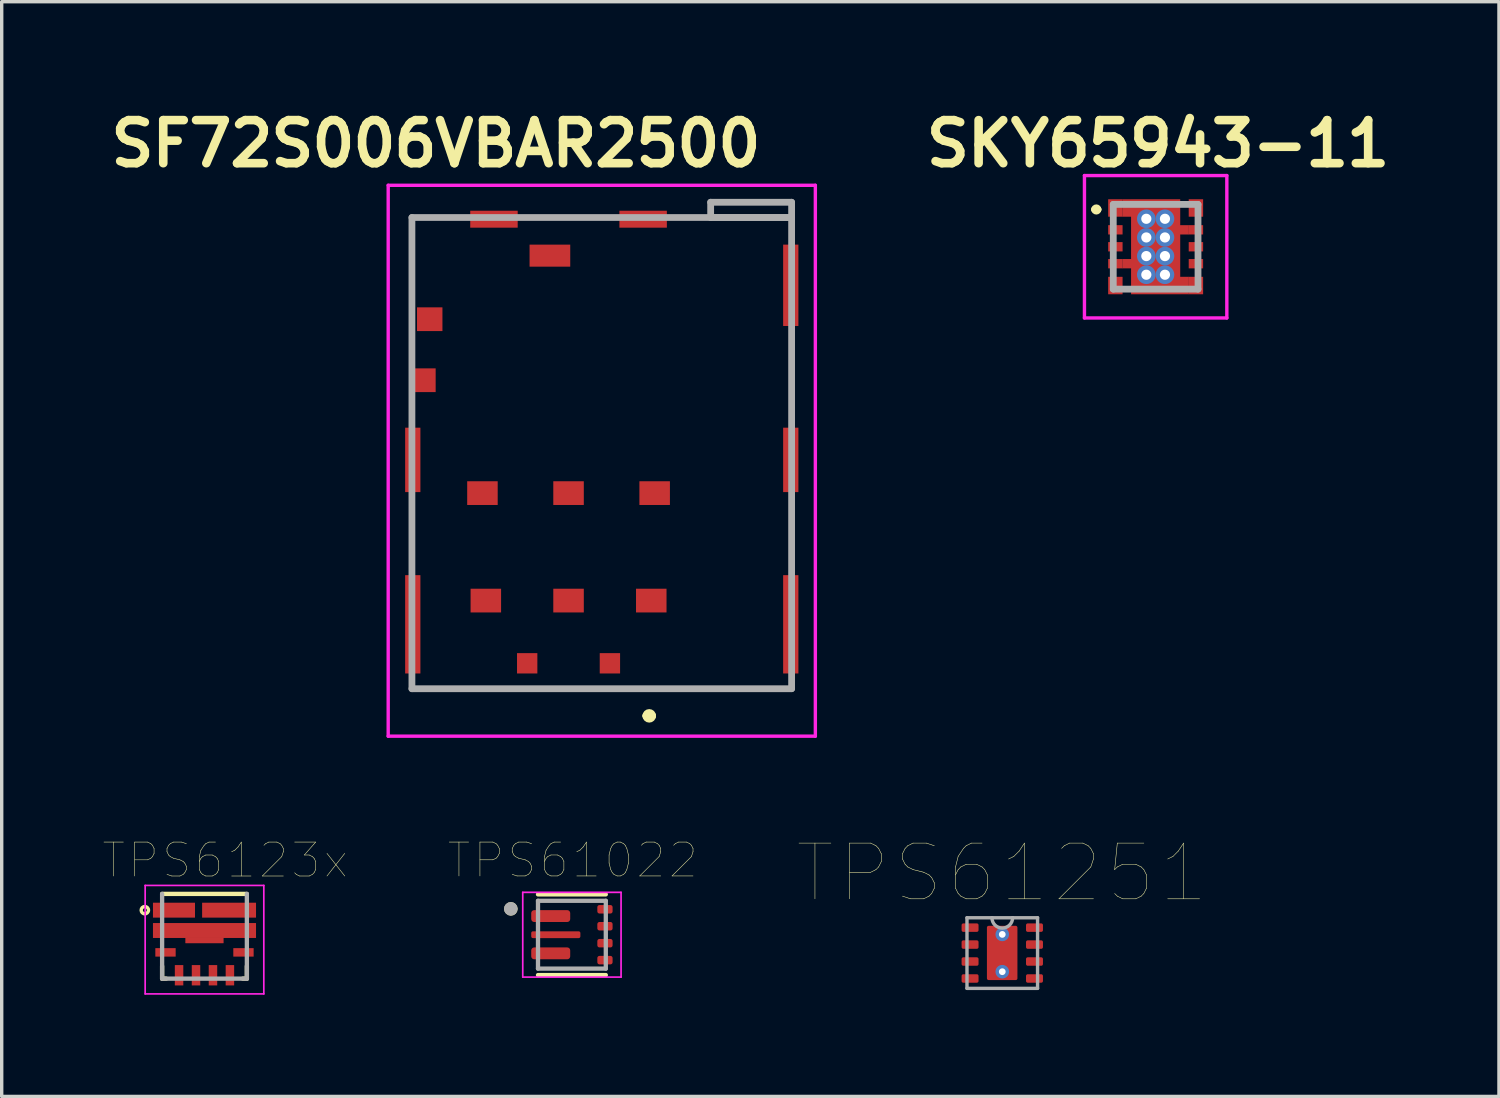
<source format=kicad_pcb>
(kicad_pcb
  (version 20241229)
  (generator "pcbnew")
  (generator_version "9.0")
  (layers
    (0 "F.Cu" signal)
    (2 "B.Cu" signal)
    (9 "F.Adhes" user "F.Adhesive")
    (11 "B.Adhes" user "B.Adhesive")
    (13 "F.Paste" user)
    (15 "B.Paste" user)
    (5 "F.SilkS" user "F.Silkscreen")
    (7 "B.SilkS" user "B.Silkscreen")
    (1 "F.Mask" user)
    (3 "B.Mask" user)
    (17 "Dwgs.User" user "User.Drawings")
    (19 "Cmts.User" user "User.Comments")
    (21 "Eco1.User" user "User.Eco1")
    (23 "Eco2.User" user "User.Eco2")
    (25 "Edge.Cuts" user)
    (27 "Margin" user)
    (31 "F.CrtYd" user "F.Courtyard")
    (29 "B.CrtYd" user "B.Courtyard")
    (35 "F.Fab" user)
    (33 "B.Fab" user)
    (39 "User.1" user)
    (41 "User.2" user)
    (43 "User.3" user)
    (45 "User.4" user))
  (footprint "SKY65943-11"
    (layer "F.Cu")
    (at 31.039 4.229)
    (property "Reference" "SKY65943-11" (at 0.07 -3.04 0) (layer "F.SilkS") (effects (font (size 1.27 1.27) (thickness 0.254))))
    (attr smd)
    (fp_line (start -1.8 -1.1) (end -1.8 -1.1) (stroke (width 0.2) (type solid)) (layer "F.SilkS"))
    (fp_line (start -1.7 -1.1) (end -1.7 -1.1) (stroke (width 0.2) (type solid)) (layer "F.SilkS"))
    (fp_arc (start -1.8 -1.1) (mid -1.75 -1.15) (end -1.7 -1.1) (stroke (width 0.2) (type solid)) (layer "F.SilkS"))
    (fp_arc (start -1.7 -1.1) (mid -1.75 -1.05) (end -1.8 -1.1) (stroke (width 0.2) (type solid)) (layer "F.SilkS"))
    (fp_line (start -2.1 -2.1) (end 2.1 -2.1) (stroke (width 0.1) (type solid)) (layer "F.CrtYd"))
    (fp_line (start -2.1 2.1) (end -2.1 -2.1) (stroke (width 0.1) (type solid)) (layer "F.CrtYd"))
    (fp_line (start 2.1 -2.1) (end 2.1 2.1) (stroke (width 0.1) (type solid)) (layer "F.CrtYd"))
    (fp_line (start 2.1 2.1) (end -2.1 2.1) (stroke (width 0.1) (type solid)) (layer "F.CrtYd"))
    (fp_line (start -1.25 -1.25) (end 1.25 -1.25) (stroke (width 0.2) (type solid)) (layer "F.Fab"))
    (fp_line (start -1.25 1.25) (end -1.25 -1.25) (stroke (width 0.2) (type solid)) (layer "F.Fab"))
    (fp_line (start 1.25 -1.25) (end 1.25 1.25) (stroke (width 0.2) (type solid)) (layer "F.Fab"))
    (fp_line (start 1.25 1.25) (end -1.25 1.25) (stroke (width 0.2) (type solid)) (layer "F.Fab"))
    (pad "" smd rect (at 0 -0.878 90) (size 0.745 1.55) (layers "F.Paste"))
    (pad "" smd rect (at 0 0 90) (size 0.67 1.55) (layers "F.Paste"))
    (pad "" smd rect (at 0 0.00005) (size 1.55 2.52) (layers "F.Mask"))
    (pad "" smd rect (at 0 0.877 90) (size 0.745 1.55) (layers "F.Paste"))
    (pad "1" smd rect (at -1.188 -1.144) (size 0.425 0.515) (layers "F.Cu" "F.Mask" "F.Paste"))
    (pad "2" smd rect (at -1.188 -0.5 90) (size 0.275 0.425) (layers "F.Cu" "F.Mask" "F.Paste"))
    (pad "3" smd rect (at -1.188 0 90) (size 0.275 0.425) (layers "F.Cu" "F.Mask" "F.Paste"))
    (pad "4" smd rect (at -1.188 0.5 90) (size 0.275 0.425) (layers "F.Cu" "F.Mask" "F.Paste"))
    (pad "5" smd rect (at -1.188 1.144) (size 0.425 0.515) (layers "F.Cu" "F.Mask" "F.Paste"))
    (pad "6" smd rect (at 1.188 1.144) (size 0.425 0.515) (layers "F.Cu" "F.Mask" "F.Paste"))
    (pad "7" smd rect (at 1.188 0.5 90) (size 0.275 0.425) (layers "F.Cu" "F.Mask" "F.Paste"))
    (pad "8" smd rect (at 1.188 0 90) (size 0.275 0.425) (layers "F.Cu" "F.Mask" "F.Paste"))
    (pad "9" smd rect (at 1.188 -0.5 90) (size 0.275 0.425) (layers "F.Cu" "F.Mask" "F.Paste"))
    (pad "10" smd rect (at 1.188 -1.144) (size 0.425 0.515) (layers "F.Cu" "F.Mask" "F.Paste"))
    (pad "11" thru_hole circle (at -0.275 -0.825) (size 0.55 0.55) (drill 0.3) (layers "*.Cu"))
    (pad "11" thru_hole circle (at -0.275 -0.275) (size 0.55 0.55) (drill 0.3) (layers "*.Cu"))
    (pad "11" thru_hole circle (at -0.275 0.275) (size 0.55 0.55) (drill 0.3) (layers "*.Cu"))
    (pad "11" thru_hole circle (at -0.275 0.825) (size 0.55 0.55) (drill 0.3) (layers "*.Cu"))
    (pad "11" smd custom (at 0 0.00005) (size 1.45 2.803) (layers "F.Cu") (options (anchor rect)) (primitives (gr_poly (pts (xy -0.725 -1.401) (xy -0.98 -1.401) (xy -0.98 -0.886) (xy -0.725 -0.886)) (width 0) (fill yes)) (gr_poly (pts (xy -0.725 0.362) (xy -0.98 0.362) (xy -0.98 0.637) (xy -0.725 0.637)) (width 0) (fill yes)) (gr_poly (pts (xy 0.725 1.401) (xy 0.98 1.401) (xy 0.98 0.886) (xy 0.725 0.886)) (width 0) (fill yes)) (gr_poly (pts (xy 0.725 -0.362) (xy 0.98 -0.362) (xy 0.98 -0.637) (xy 0.725 -0.637)) (width 0) (fill yes))))
    (pad "11" thru_hole circle (at 0.275 -0.825) (size 0.55 0.55) (drill 0.3) (layers "*.Cu"))
    (pad "11" thru_hole circle (at 0.275 -0.275) (size 0.55 0.55) (drill 0.3) (layers "*.Cu"))
    (pad "11" thru_hole circle (at 0.275 0.275) (size 0.55 0.55) (drill 0.3) (layers "*.Cu"))
    (pad "11" thru_hole circle (at 0.275 0.825) (size 0.55 0.55) (drill 0.3) (layers "*.Cu")))
  (footprint "TPS61022"
    (layer "F.Cu")
    (at 13.82 24.522)
    (property "Reference" "TPS61022" (at 0.025 -2.195 0) (layer "F.SilkS") (effects (font (size 1 1) (thickness 0.015))))
    (attr smd)
    (fp_line (start -1 -1.19) (end 1 -1.19) (stroke (width 0.127) (type solid)) (layer "F.SilkS"))
    (fp_line (start -1 1.19) (end 1 1.19) (stroke (width 0.127) (type solid)) (layer "F.SilkS"))
    (fp_circle (center -1.8 -0.762) (end -1.7 -0.762) (stroke (width 0.2) (type solid)) (fill no) (layer "F.SilkS"))
    (fp_line (start -1.45 -1.25) (end -1.45 1.25) (stroke (width 0.05) (type solid)) (layer "F.CrtYd"))
    (fp_line (start -1.45 1.25) (end 1.45 1.25) (stroke (width 0.05) (type solid)) (layer "F.CrtYd"))
    (fp_line (start 1.45 -1.25) (end -1.45 -1.25) (stroke (width 0.05) (type solid)) (layer "F.CrtYd"))
    (fp_line (start 1.45 1.25) (end 1.45 -1.25) (stroke (width 0.05) (type solid)) (layer "F.CrtYd"))
    (fp_line (start -1 -1) (end -1 1) (stroke (width 0.127) (type solid)) (layer "F.Fab"))
    (fp_line (start -1 1) (end 1 1) (stroke (width 0.127) (type solid)) (layer "F.Fab"))
    (fp_line (start 1 -1) (end -1 -1) (stroke (width 0.127) (type solid)) (layer "F.Fab"))
    (fp_line (start 1 1) (end 1 -1) (stroke (width 0.127) (type solid)) (layer "F.Fab"))
    (fp_circle (center -1.803 -0.763) (end -1.703 -0.763) (stroke (width 0.2) (type solid)) (fill no) (layer "F.Fab"))
    (pad "" smd roundrect (at -0.96 -0.55) (size 0.475 0.35) (layers "F.Paste") (roundrect_rratio 0.25))
    (pad "" smd roundrect (at -0.96 0.55) (size 0.475 0.35) (layers "F.Paste") (roundrect_rratio 0.25))
    (pad "" smd roundrect (at -0.887 0) (size 0.625 0.2) (layers "F.Paste") (roundrect_rratio 0.25))
    (pad "" smd roundrect (at -0.29 -0.55) (size 0.475 0.35) (layers "F.Paste") (roundrect_rratio 0.25))
    (pad "" smd roundrect (at -0.29 0.55) (size 0.475 0.35) (layers "F.Paste") (roundrect_rratio 0.25))
    (pad "" smd roundrect (at -0.062 0) (size 0.625 0.2) (layers "F.Paste") (roundrect_rratio 0.25))
    (pad "1" smd roundrect (at -0.625 -0.55) (size 1.15 0.35) (layers "F.Cu" "F.Mask") (roundrect_rratio 0.25))
    (pad "2" smd roundrect (at -0.475 0) (size 1.45 0.2) (layers "F.Cu" "F.Mask") (roundrect_rratio 0.25))
    (pad "3" smd roundrect (at -0.625 0.55) (size 1.15 0.35) (layers "F.Cu" "F.Mask") (roundrect_rratio 0.25))
    (pad "4" smd roundrect (at 0.975 0.75) (size 0.45 0.25) (layers "F.Cu" "F.Mask" "F.Paste") (roundrect_rratio 0.25))
    (pad "5" smd roundrect (at 0.975 0.25) (size 0.45 0.25) (layers "F.Cu" "F.Mask" "F.Paste") (roundrect_rratio 0.25))
    (pad "6" smd roundrect (at 0.975 -0.25) (size 0.45 0.25) (layers "F.Cu" "F.Mask" "F.Paste") (roundrect_rratio 0.25))
    (pad "7" smd roundrect (at 0.975 -0.75) (size 0.45 0.25) (layers "F.Cu" "F.Mask" "F.Paste") (roundrect_rratio 0.25)))
  (footprint "TPS6123x"
    (layer "F.Cu")
    (at 2.982 24.568)
    (property "Reference" "TPS6123x" (at 0.61 -2.24 0) (layer "F.SilkS") (effects (font (size 1.001 1.001) (thickness 0.015))))
    (attr smd)
    (fp_poly (pts (xy -0.559 0.04) (xy 0.557 0.04) (xy 0.557 0.2) (xy -0.559 0.2)) (stroke (width 0.01) (type solid)) (fill yes) (layer "F.Cu"))
    (fp_poly (pts (xy -1.451 -0.32) (xy 1.45 -0.32) (xy 1.45 -0.02) (xy -1.451 -0.02)) (stroke (width 0.01) (type solid)) (fill yes) (layer "F.Mask"))
    (fp_poly (pts (xy -1.45 -0.92) (xy -0.35 -0.92) (xy -0.35 -0.62) (xy -1.45 -0.62)) (stroke (width 0.01) (type solid)) (fill yes) (layer "F.Mask"))
    (fp_poly (pts (xy -0.488 -0.02) (xy 0.487 -0.02) (xy 0.487 0.13) (xy -0.488 0.13)) (stroke (width 0.01) (type solid)) (fill yes) (layer "F.Mask"))
    (fp_poly (pts (xy 0 -0.92) (xy 1.45 -0.92) (xy 1.45 -0.621) (xy 0 -0.621)) (stroke (width 0.01) (type solid)) (fill yes) (layer "F.Mask"))
    (fp_line (start -1.25 -1.25) (end 1.25 -1.25) (stroke (width 0.127) (type solid)) (layer "F.SilkS"))
    (fp_line (start -1.25 1.25) (end -1.25 0.88) (stroke (width 0.127) (type solid)) (layer "F.SilkS"))
    (fp_line (start -1.13 1.25) (end -1.25 1.25) (stroke (width 0.127) (type solid)) (layer "F.SilkS"))
    (fp_line (start 1.25 0.88) (end 1.25 1.25) (stroke (width 0.127) (type solid)) (layer "F.SilkS"))
    (fp_line (start 1.25 1.25) (end 1.13 1.25) (stroke (width 0.127) (type solid)) (layer "F.SilkS"))
    (fp_circle (center -1.76 -0.77) (end -1.652 -0.77) (stroke (width 0.1) (type solid)) (fill no) (layer "F.SilkS"))
    (fp_poly (pts (xy -1.452 -0.32) (xy -0.71 -0.32) (xy -0.71 -0.02) (xy -1.452 -0.02)) (stroke (width 0.01) (type solid)) (fill yes) (layer "F.Paste"))
    (fp_poly (pts (xy -1.45 -0.92) (xy -0.5 -0.92) (xy -0.5 -0.62) (xy -1.45 -0.62)) (stroke (width 0.01) (type solid)) (fill yes) (layer "F.Paste"))
    (fp_poly (pts (xy -0.491 -0.32) (xy 0.49 -0.32) (xy 0.49 0.13) (xy -0.491 0.13)) (stroke (width 0.01) (type solid)) (fill yes) (layer "F.Paste"))
    (fp_poly (pts (xy 0 -0.92) (xy 0.65 -0.92) (xy 0.65 -0.62) (xy 0 -0.62)) (stroke (width 0.01) (type solid)) (fill yes) (layer "F.Paste"))
    (fp_poly (pts (xy 0.711 -0.32) (xy 1.45 -0.32) (xy 1.45 -0.02) (xy 0.711 -0.02)) (stroke (width 0.01) (type solid)) (fill yes) (layer "F.Paste"))
    (fp_poly (pts (xy 0.851 -0.92) (xy 1.45 -0.92) (xy 1.45 -0.621) (xy 0.851 -0.621)) (stroke (width 0.01) (type solid)) (fill yes) (layer "F.Paste"))
    (fp_line (start -1.75 -1.5) (end 1.75 -1.5) (stroke (width 0.05) (type solid)) (layer "F.CrtYd"))
    (fp_line (start -1.75 1.7) (end -1.75 -1.5) (stroke (width 0.05) (type solid)) (layer "F.CrtYd"))
    (fp_line (start 1.75 -1.5) (end 1.75 1.7) (stroke (width 0.05) (type solid)) (layer "F.CrtYd"))
    (fp_line (start 1.75 1.7) (end -1.75 1.7) (stroke (width 0.05) (type solid)) (layer "F.CrtYd"))
    (fp_line (start -1.25 1.25) (end -1.25 -1.25) (stroke (width 0.127) (type solid)) (layer "F.Fab"))
    (fp_line (start 1.25 -1.25) (end 1.25 1.25) (stroke (width 0.127) (type solid)) (layer "F.Fab"))
    (fp_line (start 1.25 1.25) (end -1.25 1.25) (stroke (width 0.127) (type solid)) (layer "F.Fab"))
    (pad "1" smd rect (at -0.9 -0.77) (size 1.24 0.44) (layers "F.Cu"))
    (pad "2" smd rect (at 0 -0.17) (size 3.04 0.44) (layers "F.Cu"))
    (pad "3" smd rect (at -1.15 0.475) (size 0.6 0.25) (layers "F.Cu" "F.Mask" "F.Paste"))
    (pad "4" smd rect (at -0.75 1.15) (size 0.25 0.6) (layers "F.Cu" "F.Mask" "F.Paste"))
    (pad "5" smd rect (at -0.25 1.15) (size 0.25 0.6) (layers "F.Cu" "F.Mask" "F.Paste"))
    (pad "6" smd rect (at 0.25 1.15) (size 0.25 0.6) (layers "F.Cu" "F.Mask" "F.Paste"))
    (pad "7" smd rect (at 0.75 1.15) (size 0.25 0.6) (layers "F.Cu" "F.Mask" "F.Paste"))
    (pad "8" smd rect (at 1.15 0.475) (size 0.6 0.25) (layers "F.Cu" "F.Mask" "F.Paste"))
    (pad "9" smd rect (at 0.725 -0.77) (size 1.59 0.44) (layers "F.Cu")))
  (footprint "TPS61251"
    (layer "F.Cu")
    (at 26.515 25.063)
    (property "Reference" "TPS61251" (at -0.01 -2.36 0) (layer "F.SilkS") (effects (font (size 1.643 1.643) (thickness 0.015))))
    (attr smd)
    (fp_line (start -1.041 -1.041) (end -1.041 1.041) (stroke (width 0.1) (type solid)) (layer "F.Fab"))
    (fp_line (start -1.041 1.041) (end 1.041 1.041) (stroke (width 0.1) (type solid)) (layer "F.Fab"))
    (fp_line (start -0.305 -1.041) (end -1.041 -1.041) (stroke (width 0.1) (type solid)) (layer "F.Fab"))
    (fp_line (start 0.305 -1.041) (end -0.305 -1.041) (stroke (width 0.1) (type solid)) (layer "F.Fab"))
    (fp_line (start 1.041 -1.041) (end 0.305 -1.041) (stroke (width 0.1) (type solid)) (layer "F.Fab"))
    (fp_line (start 1.041 1.041) (end 1.041 -1.041) (stroke (width 0.1) (type solid)) (layer "F.Fab"))
    (fp_arc (start 0.3048 -1.0414) (mid 0 -0.7366) (end -0.3048 -1.0414) (stroke (width 0.1) (type solid)) (layer "F.Fab"))
    (pad "" smd roundrect (at 0 -0.45) (size 0.9 0.7) (layers "F.Paste") (roundrect_rratio 0.056))
    (pad "" smd roundrect (at 0 0.45) (size 0.9 0.7) (layers "F.Paste") (roundrect_rratio 0.056))
    (pad "1" smd roundrect (at -0.95 -0.75) (size 0.5 0.25) (layers "F.Cu" "F.Mask" "F.Paste") (roundrect_rratio 0.2))
    (pad "1" smd roundrect (at -0.003 -0.003) (size 0.9 1.6) (layers "F.Cu" "F.Mask") (roundrect_rratio 0.056))
    (pad "1" thru_hole circle (at 0 -0.55) (size 0.4 0.4) (drill 0.2) (layers "*.Cu"))
    (pad "1" thru_hole circle (at 0 0.55) (size 0.4 0.4) (drill 0.2) (layers "*.Cu"))
    (pad "2" smd roundrect (at -0.95 -0.25) (size 0.5 0.25) (layers "F.Cu" "F.Mask" "F.Paste") (roundrect_rratio 0.2))
    (pad "3" smd roundrect (at -0.95 0.25) (size 0.5 0.25) (layers "F.Cu" "F.Mask" "F.Paste") (roundrect_rratio 0.2))
    (pad "4" smd roundrect (at -0.95 0.75) (size 0.5 0.25) (layers "F.Cu" "F.Mask" "F.Paste") (roundrect_rratio 0.2))
    (pad "5" smd roundrect (at 0.95 0.75) (size 0.5 0.25) (layers "F.Cu" "F.Mask" "F.Paste") (roundrect_rratio 0.2))
    (pad "6" smd roundrect (at 0.95 0.25) (size 0.5 0.25) (layers "F.Cu" "F.Mask" "F.Paste") (roundrect_rratio 0.2))
    (pad "7" smd roundrect (at 0.95 -0.25) (size 0.5 0.25) (layers "F.Cu" "F.Mask" "F.Paste") (roundrect_rratio 0.2))
    (pad "8" smd roundrect (at 0.95 -0.75) (size 0.5 0.25) (layers "F.Cu" "F.Mask" "F.Paste") (roundrect_rratio 0.2)))
  (footprint "SF72S006VBAR2500"
    (layer "F.Cu")
    (at 14.701 10.541)
    (property "Reference" "SF72S006VBAR2500" (at -4.892 -9.352 0) (layer "F.SilkS") (effects (font (size 1.27 1.27) (thickness 0.254))))
    (attr smd)
    (fp_line (start -5.6 -7.175) (end -4.4 -7.175) (stroke (width 0.1) (type solid)) (layer "F.SilkS"))
    (fp_line (start -5.6 -5.275) (end -5.6 -7.175) (stroke (width 0.1) (type solid)) (layer "F.SilkS"))
    (fp_line (start -5.6 1.725) (end -5.6 2.725) (stroke (width 0.1) (type solid)) (layer "F.SilkS"))
    (fp_line (start -5.6 6.725) (end 5.575 6.725) (stroke (width 0.1) (type solid)) (layer "F.SilkS"))
    (fp_line (start -1.9 -7.175) (end -0.4 -7.175) (stroke (width 0.1) (type solid)) (layer "F.SilkS"))
    (fp_line (start 1.3 7.525) (end 1.3 7.525) (stroke (width 0.2) (type solid)) (layer "F.SilkS"))
    (fp_line (start 1.5 7.525) (end 1.5 7.525) (stroke (width 0.2) (type solid)) (layer "F.SilkS"))
    (fp_line (start 2.6 -7.175) (end 3.212 -7.175) (stroke (width 0.1) (type solid)) (layer "F.SilkS"))
    (fp_line (start 3.212 -7.625) (end 5.6 -7.625) (stroke (width 0.1) (type solid)) (layer "F.SilkS"))
    (fp_line (start 3.212 -7.175) (end 3.212 -7.625) (stroke (width 0.1) (type solid)) (layer "F.SilkS"))
    (fp_line (start 5.6 -7.625) (end 5.6 -6.775) (stroke (width 0.1) (type solid)) (layer "F.SilkS"))
    (fp_line (start 5.6 -3.275) (end 5.6 -1.775) (stroke (width 0.1) (type solid)) (layer "F.SilkS"))
    (fp_line (start 5.6 1.725) (end 5.6 2.725) (stroke (width 0.1) (type solid)) (layer "F.SilkS"))
    (fp_arc (start 1.3 7.525) (mid 1.4 7.425) (end 1.5 7.525) (stroke (width 0.2) (type solid)) (layer "F.SilkS"))
    (fp_arc (start 1.5 7.525) (mid 1.4 7.625) (end 1.3 7.525) (stroke (width 0.2) (type solid)) (layer "F.SilkS"))
    (fp_line (start -6.3 -8.125) (end 6.3 -8.125) (stroke (width 0.1) (type solid)) (layer "F.CrtYd"))
    (fp_line (start -6.3 8.125) (end -6.3 -8.125) (stroke (width 0.1) (type solid)) (layer "F.CrtYd"))
    (fp_line (start 6.3 -8.125) (end 6.3 8.125) (stroke (width 0.1) (type solid)) (layer "F.CrtYd"))
    (fp_line (start 6.3 8.125) (end -6.3 8.125) (stroke (width 0.1) (type solid)) (layer "F.CrtYd"))
    (fp_line (start -5.6 -7.175) (end 5.6 -7.175) (stroke (width 0.2) (type solid)) (layer "F.Fab"))
    (fp_line (start -5.6 6.725) (end -5.6 -7.175) (stroke (width 0.2) (type solid)) (layer "F.Fab"))
    (fp_line (start 3.212 -7.625) (end 3.212 -7.175) (stroke (width 0.2) (type solid)) (layer "F.Fab"))
    (fp_line (start 3.212 -7.175) (end 5.6 -7.175) (stroke (width 0.2) (type solid)) (layer "F.Fab"))
    (fp_line (start 5.6 -7.625) (end 3.212 -7.625) (stroke (width 0.2) (type solid)) (layer "F.Fab"))
    (fp_line (start 5.6 -7.175) (end 5.6 -7.625) (stroke (width 0.2) (type solid)) (layer "F.Fab"))
    (fp_line (start 5.6 -7.175) (end 5.6 6.725) (stroke (width 0.2) (type solid)) (layer "F.Fab"))
    (fp_line (start 5.6 6.725) (end -5.6 6.725) (stroke (width 0.2) (type solid)) (layer "F.Fab"))
    (pad "C1" smd rect (at 1.46 4.125 90) (size 0.7 0.9) (layers "F.Cu" "F.Mask" "F.Paste"))
    (pad "C2" smd rect (at -0.98 4.125 90) (size 0.7 0.9) (layers "F.Cu" "F.Mask" "F.Paste"))
    (pad "C3" smd rect (at -3.42 4.125 90) (size 0.7 0.9) (layers "F.Cu" "F.Mask" "F.Paste"))
    (pad "C5" smd rect (at -5.575 -0.025) (size 0.45 1.9) (layers "F.Cu" "F.Mask" "F.Paste"))
    (pad "C5" smd rect (at -5.575 4.825) (size 0.45 2.9) (layers "F.Cu" "F.Mask" "F.Paste"))
    (pad "C5" smd rect (at -5.075 -4.175) (size 0.75 0.7) (layers "F.Cu" "F.Mask" "F.Paste"))
    (pad "C5" smd rect (at -3.18 -7.125 90) (size 0.5 1.4) (layers "F.Cu" "F.Mask" "F.Paste"))
    (pad "C5" smd rect (at -2.2 5.975) (size 0.6 0.6) (layers "F.Cu" "F.Mask" "F.Paste"))
    (pad "C5" smd rect (at 0.24 5.975) (size 0.6 0.6) (layers "F.Cu" "F.Mask" "F.Paste"))
    (pad "C5" smd rect (at 1.22 -7.125 90) (size 0.5 1.4) (layers "F.Cu" "F.Mask" "F.Paste"))
    (pad "C5" smd rect (at 1.56 0.955 90) (size 0.7 0.9) (layers "F.Cu" "F.Mask" "F.Paste"))
    (pad "C5" smd rect (at 5.575 -5.175) (size 0.45 2.4) (layers "F.Cu" "F.Mask" "F.Paste"))
    (pad "C5" smd rect (at 5.575 -0.025) (size 0.45 1.9) (layers "F.Cu" "F.Mask" "F.Paste"))
    (pad "C5" smd rect (at 5.575 4.825) (size 0.45 2.9) (layers "F.Cu" "F.Mask" "F.Paste"))
    (pad "C6" smd rect (at -0.98 0.955 90) (size 0.7 0.9) (layers "F.Cu" "F.Mask" "F.Paste"))
    (pad "C7" smd rect (at -3.52 0.955 90) (size 0.7 0.9) (layers "F.Cu" "F.Mask" "F.Paste"))
    (pad "CSW" smd rect (at -5.25 -2.375) (size 0.7 0.7) (layers "F.Cu" "F.Mask" "F.Paste"))
    (pad "DSW" smd rect (at -1.53 -6.05 90) (size 0.65 1.2) (layers "F.Cu" "F.Mask" "F.Paste")))
  (gr_rect
    (start -3 -3)
    (end 41.166 29.293)
    (stroke (width 0.1) (type default))
    (fill no)
    (layer "Edge.Cuts")))
</source>
